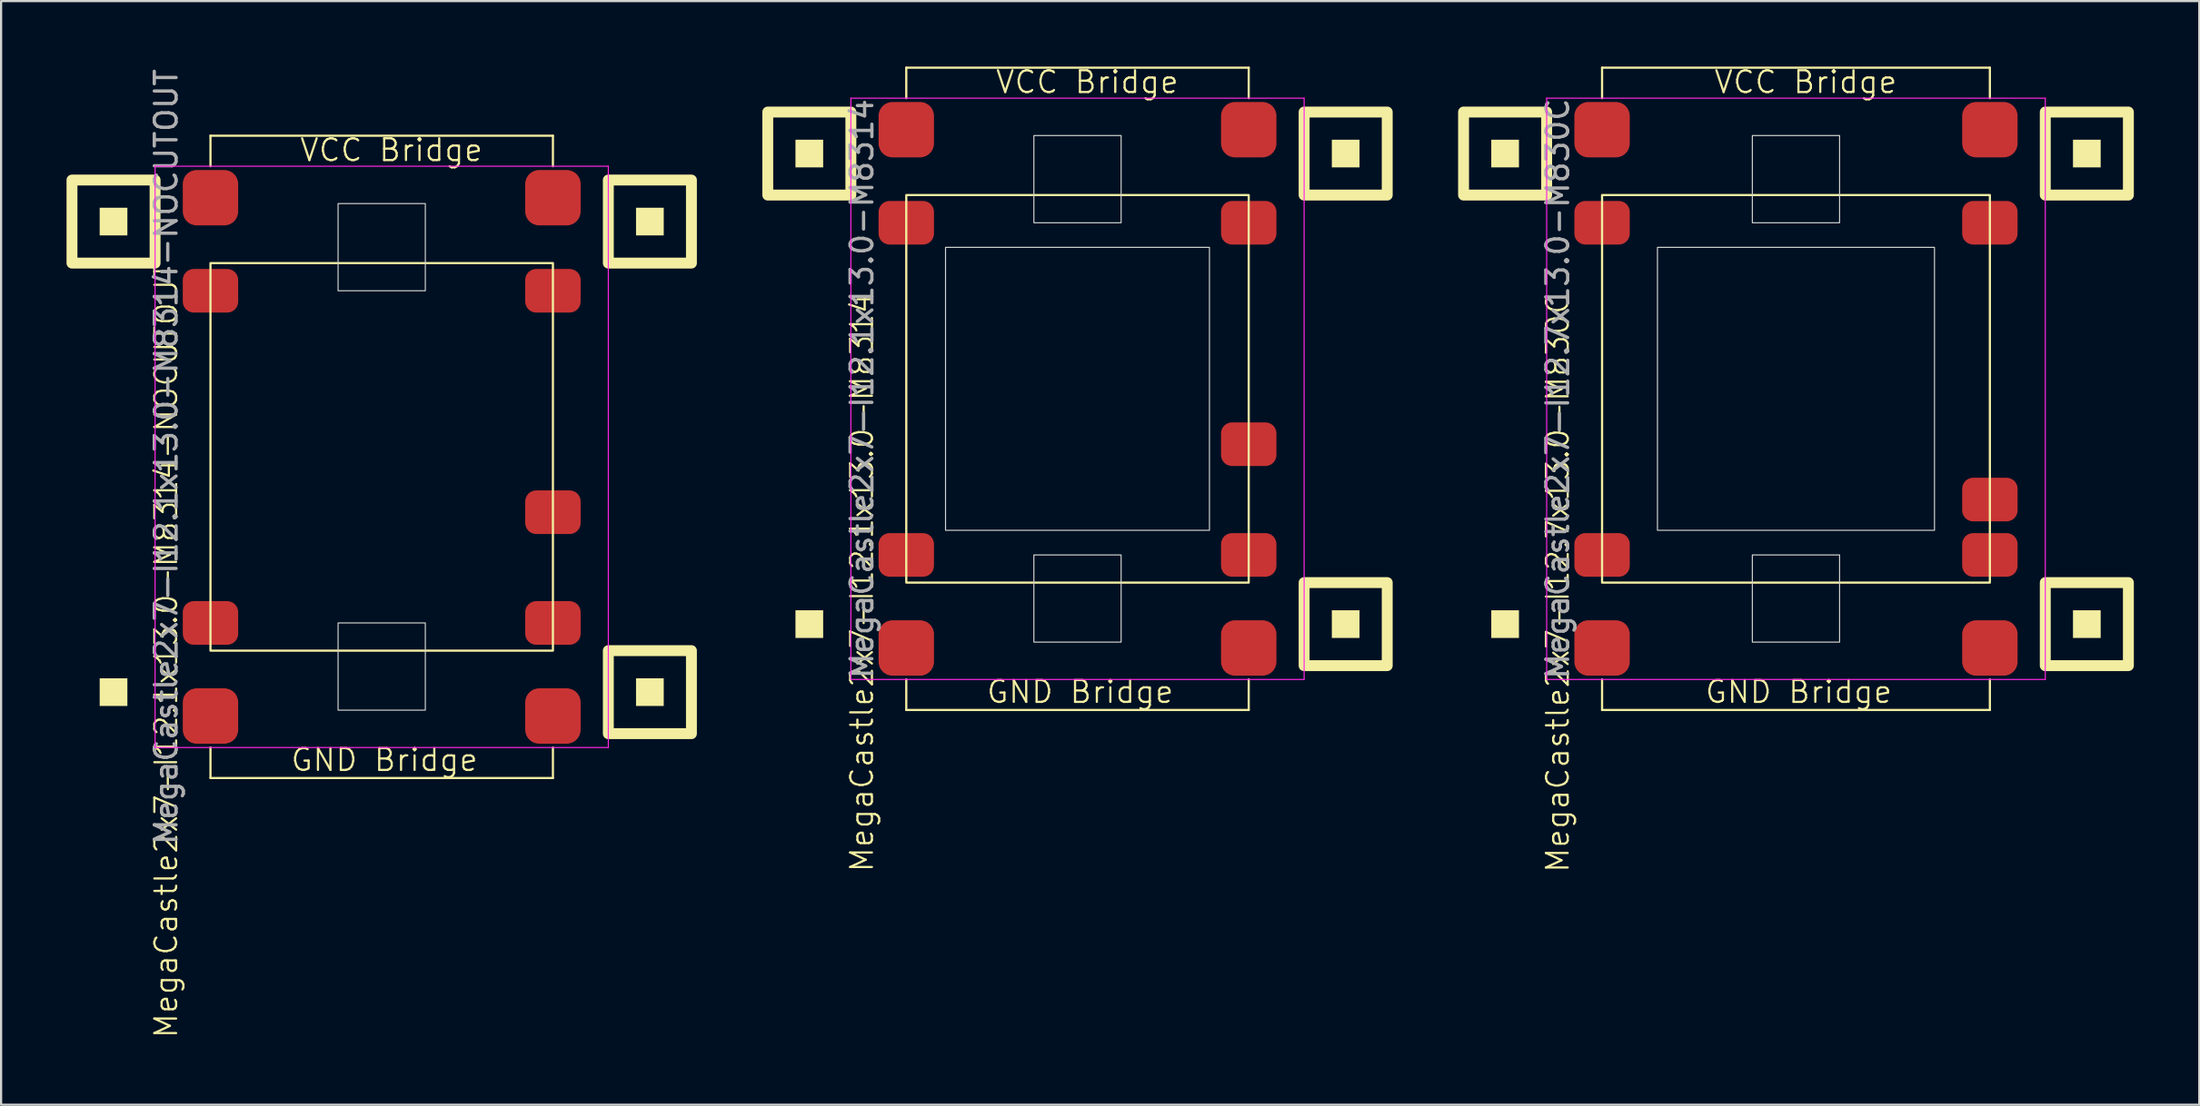
<source format=kicad_pcb>
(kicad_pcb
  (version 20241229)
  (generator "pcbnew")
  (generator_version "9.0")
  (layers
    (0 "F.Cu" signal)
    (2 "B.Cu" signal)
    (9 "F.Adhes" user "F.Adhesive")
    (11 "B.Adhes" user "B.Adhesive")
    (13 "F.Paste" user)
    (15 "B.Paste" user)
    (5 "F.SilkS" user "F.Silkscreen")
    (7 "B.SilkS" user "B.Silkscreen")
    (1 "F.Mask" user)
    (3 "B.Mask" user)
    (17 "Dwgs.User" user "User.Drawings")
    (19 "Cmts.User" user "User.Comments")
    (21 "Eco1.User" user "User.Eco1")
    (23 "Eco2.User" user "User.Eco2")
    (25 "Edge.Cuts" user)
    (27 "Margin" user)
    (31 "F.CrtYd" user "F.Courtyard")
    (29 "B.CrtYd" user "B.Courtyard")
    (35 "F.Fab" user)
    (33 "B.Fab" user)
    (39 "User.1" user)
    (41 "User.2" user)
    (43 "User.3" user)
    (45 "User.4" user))
  (footprint "MegaCastle2x7-I12.7x13.0-M830C"
    (layer "F.Cu")
    (at 79.29 14.79)
    (property "Reference" "MegaCastle2x7-I12.7x13.0-M830C" (at -10.922 8.89 90) (unlocked yes) (layer "F.SilkS") (effects (font (size 1 1) (thickness 0.1))))
    (attr smd)
    (fp_line (start -8.89 -14.735) (end 8.89 -14.735) (stroke (width 0.1) (type default)) (layer "F.SilkS"))
    (fp_line (start -8.89 -13.335) (end -8.89 -14.735) (stroke (width 0.1) (type default)) (layer "F.SilkS"))
    (fp_line (start -8.89 13.335) (end -8.89 14.735) (stroke (width 0.1) (type default)) (layer "F.SilkS"))
    (fp_line (start -8.89 14.735) (end 8.89 14.735) (stroke (width 0.1) (type default)) (layer "F.SilkS"))
    (fp_line (start 8.89 -13.335) (end 8.89 -14.735) (stroke (width 0.1) (type default)) (layer "F.SilkS"))
    (fp_line (start 8.89 13.335) (end 8.89 14.735) (stroke (width 0.1) (type default)) (layer "F.SilkS"))
    (fp_rect (start -12.7 -10.16) (end -13.97 -11.43) (stroke (width 0) (type solid)) (fill yes) (layer "F.SilkS"))
    (fp_rect (start -12.7 11.43) (end -13.97 10.16) (stroke (width 0) (type solid)) (fill yes) (layer "F.SilkS"))
    (fp_rect (start -11.43 -8.89) (end -15.24 -12.7) (stroke (width 0.5) (type default)) (fill no) (layer "F.SilkS"))
    (fp_rect (start -8.89 -8.89) (end 8.89 8.89) (stroke (width 0.1) (type default)) (fill no) (layer "F.SilkS"))
    (fp_rect (start 13.97 -10.16) (end 12.7 -11.43) (stroke (width 0) (type solid)) (fill yes) (layer "F.SilkS"))
    (fp_rect (start 13.97 11.43) (end 12.7 10.16) (stroke (width 0) (type solid)) (fill yes) (layer "F.SilkS"))
    (fp_rect (start 15.24 -8.89) (end 11.43 -12.7) (stroke (width 0.5) (type default)) (fill no) (layer "F.SilkS"))
    (fp_rect (start 15.24 12.7) (end 11.43 8.89) (stroke (width 0.5) (type default)) (fill no) (layer "F.SilkS"))
    (fp_rect (start -6.35 -6.49) (end 6.35 6.49) (stroke (width 0.05) (type default)) (fill no) (layer "Edge.Cuts"))
    (fp_rect (start -2 -7.62) (end 2 -11.62) (stroke (width 0.05) (type default)) (fill no) (layer "Edge.Cuts"))
    (fp_rect (start -2 7.62) (end 2 11.62) (stroke (width 0.05) (type default)) (fill no) (layer "Edge.Cuts"))
    (fp_line (start -11.43 -13.335) (end -11.43 13.335) (stroke (width 0.05) (type default)) (layer "F.CrtYd"))
    (fp_line (start -11.43 13.335) (end 11.43 13.335) (stroke (width 0.05) (type default)) (layer "F.CrtYd"))
    (fp_line (start 11.43 -13.335) (end -11.43 -13.335) (stroke (width 0.05) (type default)) (layer "F.CrtYd"))
    (fp_line (start 11.43 -13.335) (end 11.43 13.335) (stroke (width 0.05) (type default)) (layer "F.CrtYd"))
    (fp_text user "VCC Bridge" (at -3.81 -13.49 0) (unlocked yes) (layer "F.SilkS") (effects (font (size 1 1) (thickness 0.1)) (justify left bottom)))
    (fp_text user "GND Bridge" (at -4.226 14.49 0) (unlocked yes) (layer "F.SilkS") (effects (font (size 1 1) (thickness 0.1)) (justify left bottom)))
    (fp_text user "${REFERENCE}" (at -10.922 0 90) (unlocked yes) (layer "F.Fab") (effects (font (size 1 1) (thickness 0.15))))
    (pad "1" smd roundrect (at -8.89 -7.62) (size 2.54 2) (layers "F.Cu" "F.Mask" "F.Paste") (roundrect_rratio 0.25))
    (pad "7" smd roundrect (at -8.89 7.62) (size 2.54 2) (layers "F.Cu" "F.Mask" "F.Paste") (roundrect_rratio 0.25))
    (pad "8" smd roundrect (at 8.89 -7.62) (size 2.54 2) (layers "F.Cu" "F.Mask" "F.Paste") (roundrect_rratio 0.25))
    (pad "13" smd roundrect (at 8.89 5.08) (size 2.54 2) (layers "F.Cu" "F.Mask" "F.Paste") (roundrect_rratio 0.25))
    (pad "14" smd roundrect (at 8.89 7.62) (size 2.54 2) (layers "F.Cu" "F.Mask" "F.Paste") (roundrect_rratio 0.25))
    (pad "A1" smd roundrect (at -8.89 -11.89) (size 2.54 2.54) (layers "F.Cu" "F.Mask" "F.Paste") (roundrect_rratio 0.25))
    (pad "A2" smd roundrect (at 8.89 -11.89) (size 2.54 2.54) (layers "F.Cu" "F.Mask" "F.Paste") (roundrect_rratio 0.25))
    (pad "B1" smd roundrect (at -8.89 11.89) (size 2.54 2.54) (layers "F.Cu" "F.Mask" "F.Paste") (roundrect_rratio 0.25))
    (pad "B2" smd roundrect (at 8.89 11.89) (size 2.54 2.54) (layers "F.Cu" "F.Mask" "F.Paste") (roundrect_rratio 0.25)))
  (footprint "MegaCastle2x7-I12.1x13.0-M8314-NOCUTOUT"
    (layer "F.Cu")
    (at 14.45 17.911)
    (property "Reference" "MegaCastle2x7-I12.1x13.0-M8314-NOCUTOUT" (at -9.882 8.89 90) (unlocked yes) (layer "F.SilkS") (effects (font (size 1 1) (thickness 0.1))))
    (attr smd)
    (fp_line (start -7.85 -14.735) (end 7.85 -14.735) (stroke (width 0.1) (type default)) (layer "F.SilkS"))
    (fp_line (start -7.85 -13.335) (end -7.85 -14.735) (stroke (width 0.1) (type default)) (layer "F.SilkS"))
    (fp_line (start -7.85 13.335) (end -7.85 14.735) (stroke (width 0.1) (type default)) (layer "F.SilkS"))
    (fp_line (start -7.85 14.735) (end 7.85 14.735) (stroke (width 0.1) (type default)) (layer "F.SilkS"))
    (fp_line (start 7.85 -13.335) (end 7.85 -14.735) (stroke (width 0.1) (type default)) (layer "F.SilkS"))
    (fp_line (start 7.85 13.335) (end 7.85 14.735) (stroke (width 0.1) (type default)) (layer "F.SilkS"))
    (fp_rect (start -11.66 -10.16) (end -12.93 -11.43) (stroke (width 0) (type solid)) (fill yes) (layer "F.SilkS"))
    (fp_rect (start -11.66 11.43) (end -12.93 10.16) (stroke (width 0) (type solid)) (fill yes) (layer "F.SilkS"))
    (fp_rect (start -10.39 -8.89) (end -14.2 -12.7) (stroke (width 0.5) (type default)) (fill no) (layer "F.SilkS"))
    (fp_rect (start -7.85 -8.89) (end 7.85 8.89) (stroke (width 0.1) (type default)) (fill no) (layer "F.SilkS"))
    (fp_rect (start 12.93 -10.16) (end 11.66 -11.43) (stroke (width 0) (type solid)) (fill yes) (layer "F.SilkS"))
    (fp_rect (start 12.93 11.43) (end 11.66 10.16) (stroke (width 0) (type solid)) (fill yes) (layer "F.SilkS"))
    (fp_rect (start 14.2 -8.89) (end 10.39 -12.7) (stroke (width 0.5) (type default)) (fill no) (layer "F.SilkS"))
    (fp_rect (start 14.2 12.7) (end 10.39 8.89) (stroke (width 0.5) (type default)) (fill no) (layer "F.SilkS"))
    (fp_rect (start -2 -7.62) (end 2 -11.62) (stroke (width 0.05) (type default)) (fill no) (layer "Edge.Cuts"))
    (fp_rect (start -2 7.62) (end 2 11.62) (stroke (width 0.05) (type default)) (fill no) (layer "Edge.Cuts"))
    (fp_line (start -10.39 -13.335) (end -10.39 13.335) (stroke (width 0.05) (type default)) (layer "F.CrtYd"))
    (fp_line (start -10.39 13.335) (end 10.39 13.335) (stroke (width 0.05) (type default)) (layer "F.CrtYd"))
    (fp_line (start 10.39 -13.335) (end -10.39 -13.335) (stroke (width 0.05) (type default)) (layer "F.CrtYd"))
    (fp_line (start 10.39 -13.335) (end 10.39 13.335) (stroke (width 0.05) (type default)) (layer "F.CrtYd"))
    (fp_text user "VCC Bridge" (at -3.81 -13.49 0) (unlocked yes) (layer "F.SilkS") (effects (font (size 1 1) (thickness 0.1)) (justify left bottom)))
    (fp_text user "GND Bridge" (at -4.226 14.49 0) (unlocked yes) (layer "F.SilkS") (effects (font (size 1 1) (thickness 0.1)) (justify left bottom)))
    (fp_text user "${REFERENCE}" (at -9.882 0 90) (unlocked yes) (layer "F.Fab") (effects (font (size 1 1) (thickness 0.15))))
    (pad "1" smd roundrect (at -7.85 -7.62) (size 2.54 2) (layers "F.Cu" "F.Mask" "F.Paste") (roundrect_rratio 0.25))
    (pad "7" smd roundrect (at -7.85 7.62) (size 2.54 2) (layers "F.Cu" "F.Mask" "F.Paste") (roundrect_rratio 0.25))
    (pad "8" smd roundrect (at 7.85 -7.62) (size 2.54 2) (layers "F.Cu" "F.Mask" "F.Paste") (roundrect_rratio 0.25))
    (pad "12" smd roundrect (at 7.85 2.54) (size 2.54 2) (layers "F.Cu" "F.Mask" "F.Paste") (roundrect_rratio 0.25))
    (pad "14" smd roundrect (at 7.85 7.62) (size 2.54 2) (layers "F.Cu" "F.Mask" "F.Paste") (roundrect_rratio 0.25))
    (pad "A1" smd roundrect (at -7.85 -11.89) (size 2.54 2.54) (layers "F.Cu" "F.Mask" "F.Paste") (roundrect_rratio 0.25))
    (pad "A2" smd roundrect (at 7.85 -11.89) (size 2.54 2.54) (layers "F.Cu" "F.Mask" "F.Paste") (roundrect_rratio 0.25))
    (pad "B1" smd roundrect (at -7.85 11.89) (size 2.54 2.54) (layers "F.Cu" "F.Mask" "F.Paste") (roundrect_rratio 0.25))
    (pad "B2" smd roundrect (at 7.85 11.89) (size 2.54 2.54) (layers "F.Cu" "F.Mask" "F.Paste") (roundrect_rratio 0.25)))
  (footprint "MegaCastle2x7-I12.1x13.0-M8314"
    (layer "F.Cu")
    (at 46.35 14.79)
    (property "Reference" "MegaCastle2x7-I12.1x13.0-M8314" (at -9.882 8.89 90) (unlocked yes) (layer "F.SilkS") (effects (font (size 1 1) (thickness 0.1))))
    (attr smd)
    (fp_line (start -7.85 -14.735) (end 7.85 -14.735) (stroke (width 0.1) (type default)) (layer "F.SilkS"))
    (fp_line (start -7.85 -13.335) (end -7.85 -14.735) (stroke (width 0.1) (type default)) (layer "F.SilkS"))
    (fp_line (start -7.85 13.335) (end -7.85 14.735) (stroke (width 0.1) (type default)) (layer "F.SilkS"))
    (fp_line (start -7.85 14.735) (end 7.85 14.735) (stroke (width 0.1) (type default)) (layer "F.SilkS"))
    (fp_line (start 7.85 -13.335) (end 7.85 -14.735) (stroke (width 0.1) (type default)) (layer "F.SilkS"))
    (fp_line (start 7.85 13.335) (end 7.85 14.735) (stroke (width 0.1) (type default)) (layer "F.SilkS"))
    (fp_rect (start -11.66 -10.16) (end -12.93 -11.43) (stroke (width 0) (type solid)) (fill yes) (layer "F.SilkS"))
    (fp_rect (start -11.66 11.43) (end -12.93 10.16) (stroke (width 0) (type solid)) (fill yes) (layer "F.SilkS"))
    (fp_rect (start -10.39 -8.89) (end -14.2 -12.7) (stroke (width 0.5) (type default)) (fill no) (layer "F.SilkS"))
    (fp_rect (start -7.85 -8.89) (end 7.85 8.89) (stroke (width 0.1) (type default)) (fill no) (layer "F.SilkS"))
    (fp_rect (start 12.93 -10.16) (end 11.66 -11.43) (stroke (width 0) (type solid)) (fill yes) (layer "F.SilkS"))
    (fp_rect (start 12.93 11.43) (end 11.66 10.16) (stroke (width 0) (type solid)) (fill yes) (layer "F.SilkS"))
    (fp_rect (start 14.2 -8.89) (end 10.39 -12.7) (stroke (width 0.5) (type default)) (fill no) (layer "F.SilkS"))
    (fp_rect (start 14.2 12.7) (end 10.39 8.89) (stroke (width 0.5) (type default)) (fill no) (layer "F.SilkS"))
    (fp_rect (start -6.05 -6.49) (end 6.05 6.49) (stroke (width 0.05) (type default)) (fill no) (layer "Edge.Cuts"))
    (fp_rect (start -2 -7.62) (end 2 -11.62) (stroke (width 0.05) (type default)) (fill no) (layer "Edge.Cuts"))
    (fp_rect (start -2 7.62) (end 2 11.62) (stroke (width 0.05) (type default)) (fill no) (layer "Edge.Cuts"))
    (fp_line (start -10.39 -13.335) (end -10.39 13.335) (stroke (width 0.05) (type default)) (layer "F.CrtYd"))
    (fp_line (start -10.39 13.335) (end 10.39 13.335) (stroke (width 0.05) (type default)) (layer "F.CrtYd"))
    (fp_line (start 10.39 -13.335) (end -10.39 -13.335) (stroke (width 0.05) (type default)) (layer "F.CrtYd"))
    (fp_line (start 10.39 -13.335) (end 10.39 13.335) (stroke (width 0.05) (type default)) (layer "F.CrtYd"))
    (fp_text user "VCC Bridge" (at -3.81 -13.49 0) (unlocked yes) (layer "F.SilkS") (effects (font (size 1 1) (thickness 0.1)) (justify left bottom)))
    (fp_text user "GND Bridge" (at -4.226 14.49 0) (unlocked yes) (layer "F.SilkS") (effects (font (size 1 1) (thickness 0.1)) (justify left bottom)))
    (fp_text user "${REFERENCE}" (at -9.882 0 90) (unlocked yes) (layer "F.Fab") (effects (font (size 1 1) (thickness 0.15))))
    (pad "1" smd roundrect (at -7.85 -7.62) (size 2.54 2) (layers "F.Cu" "F.Mask" "F.Paste") (roundrect_rratio 0.25))
    (pad "7" smd roundrect (at -7.85 7.62) (size 2.54 2) (layers "F.Cu" "F.Mask" "F.Paste") (roundrect_rratio 0.25))
    (pad "8" smd roundrect (at 7.85 -7.62) (size 2.54 2) (layers "F.Cu" "F.Mask" "F.Paste") (roundrect_rratio 0.25))
    (pad "12" smd roundrect (at 7.85 2.54) (size 2.54 2) (layers "F.Cu" "F.Mask" "F.Paste") (roundrect_rratio 0.25))
    (pad "14" smd roundrect (at 7.85 7.62) (size 2.54 2) (layers "F.Cu" "F.Mask" "F.Paste") (roundrect_rratio 0.25))
    (pad "A1" smd roundrect (at -7.85 -11.89) (size 2.54 2.54) (layers "F.Cu" "F.Mask" "F.Paste") (roundrect_rratio 0.25))
    (pad "A2" smd roundrect (at 7.85 -11.89) (size 2.54 2.54) (layers "F.Cu" "F.Mask" "F.Paste") (roundrect_rratio 0.25))
    (pad "B1" smd roundrect (at -7.85 11.89) (size 2.54 2.54) (layers "F.Cu" "F.Mask" "F.Paste") (roundrect_rratio 0.25))
    (pad "B2" smd roundrect (at 7.85 11.89) (size 2.54 2.54) (layers "F.Cu" "F.Mask" "F.Paste") (roundrect_rratio 0.25)))
  (gr_rect
    (start -3 -3)
    (end 97.78 47.636)
    (stroke (width 0.1) (type default))
    (fill no)
    (layer "Edge.Cuts")))
</source>
